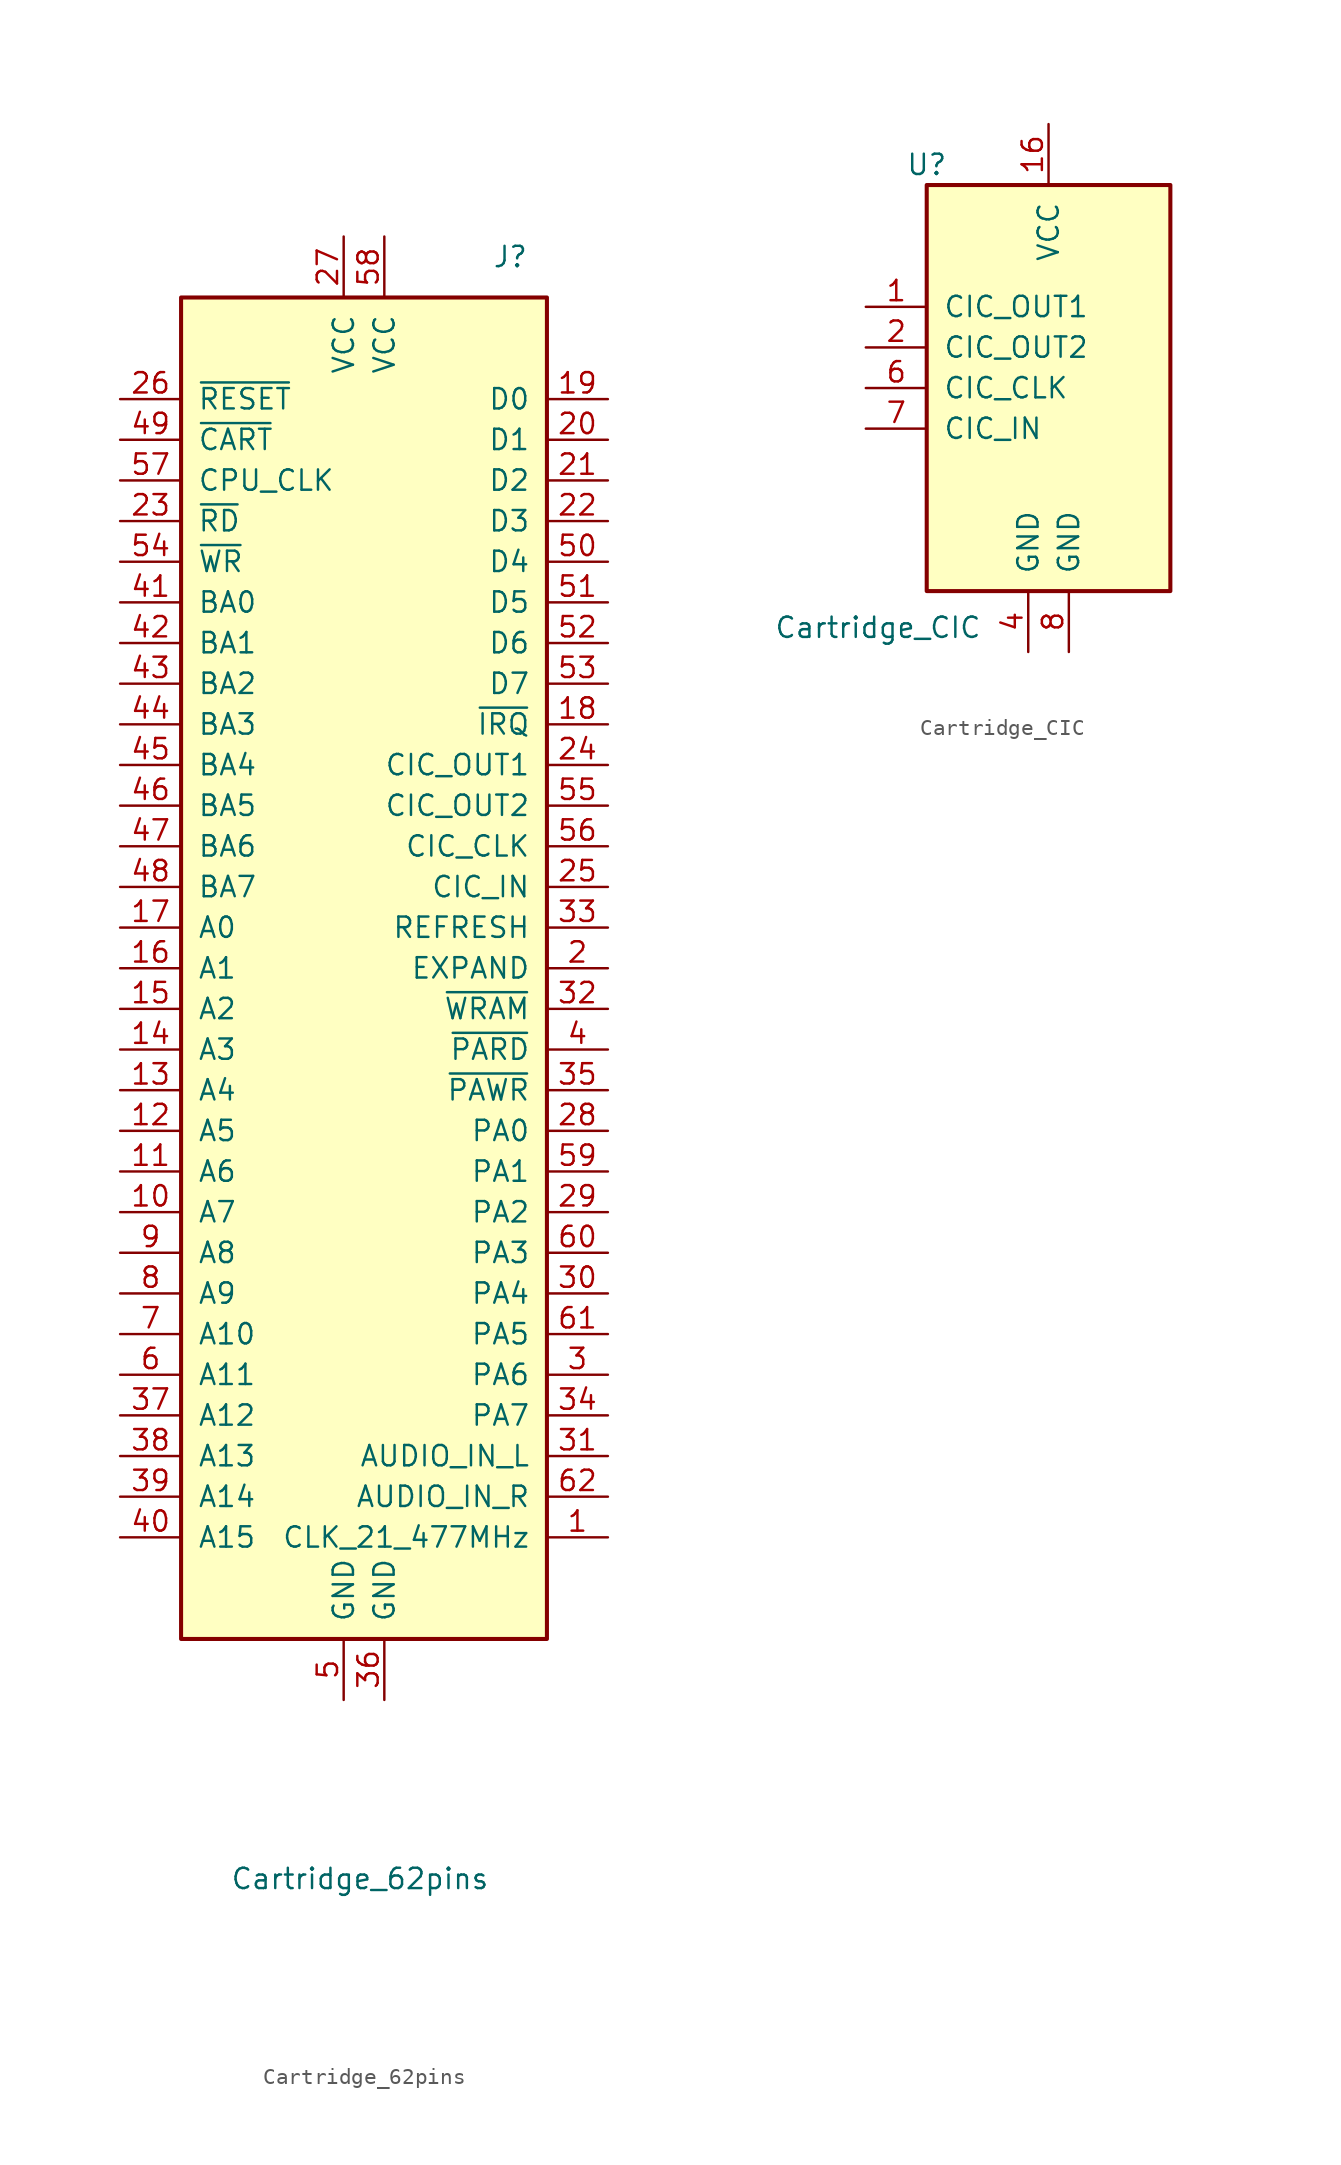
<source format=kicad_sym>
(kicad_symbol_lib
  (version 20231120)
  (generator "kicad_symbol_editor")
  (generator_version "8.0")
  (symbol "Cartridge_62pins"
    (pin_names
      (offset 1.016))
    (property "Reference" "J"
      (at 9.144 44.45 0)
      (effects (font (size 1.27 1.27))))
    (property "Value" "Cartridge_62pins"
      (at -0.254 -56.896 0)
      (effects (font (size 1.27 1.27))))
    (symbol "Cartridge_62pins_1_1"
      (rectangle (start -11.43 41.91) (end 11.43 -41.91) (stroke (width 0.254) (type default)) (fill (type background)))
      (pin passive line (at 15.24 -35.56 180) (length 3.81) (name "CLK_21_477MHz" (effects (font (size 1.27 1.27)))) (number "1" (effects (font (size 1.27 1.27)))))
      (pin passive line (at -15.24 -15.24 0) (length 3.81) (name "A7" (effects (font (size 1.27 1.27)))) (number "10" (effects (font (size 1.27 1.27)))))
      (pin passive line (at -15.24 -12.7 0) (length 3.81) (name "A6" (effects (font (size 1.27 1.27)))) (number "11" (effects (font (size 1.27 1.27)))))
      (pin passive line (at -15.24 -10.16 0) (length 3.81) (name "A5" (effects (font (size 1.27 1.27)))) (number "12" (effects (font (size 1.27 1.27)))))
      (pin passive line (at -15.24 -7.62 0) (length 3.81) (name "A4" (effects (font (size 1.27 1.27)))) (number "13" (effects (font (size 1.27 1.27)))))
      (pin passive line (at -15.24 -5.08 0) (length 3.81) (name "A3" (effects (font (size 1.27 1.27)))) (number "14" (effects (font (size 1.27 1.27)))))
      (pin passive line (at -15.24 -2.54 0) (length 3.81) (name "A2" (effects (font (size 1.27 1.27)))) (number "15" (effects (font (size 1.27 1.27)))))
      (pin passive line (at -15.24 0 0) (length 3.81) (name "A1" (effects (font (size 1.27 1.27)))) (number "16" (effects (font (size 1.27 1.27)))))
      (pin passive line (at -15.24 2.54 0) (length 3.81) (name "A0" (effects (font (size 1.27 1.27)))) (number "17" (effects (font (size 1.27 1.27)))))
      (pin passive line (at 15.24 15.24 180) (length 3.81) (name "~{IRQ}" (effects (font (size 1.27 1.27)))) (number "18" (effects (font (size 1.27 1.27)))))
      (pin passive line (at 15.24 35.56 180) (length 3.81) (name "D0" (effects (font (size 1.27 1.27)))) (number "19" (effects (font (size 1.27 1.27)))))
      (pin passive line (at 15.24 0 180) (length 3.81) (name "EXPAND" (effects (font (size 1.27 1.27)))) (number "2" (effects (font (size 1.27 1.27)))))
      (pin passive line (at 15.24 33.02 180) (length 3.81) (name "D1" (effects (font (size 1.27 1.27)))) (number "20" (effects (font (size 1.27 1.27)))))
      (pin passive line (at 15.24 30.48 180) (length 3.81) (name "D2" (effects (font (size 1.27 1.27)))) (number "21" (effects (font (size 1.27 1.27)))))
      (pin passive line (at 15.24 27.94 180) (length 3.81) (name "D3" (effects (font (size 1.27 1.27)))) (number "22" (effects (font (size 1.27 1.27)))))
      (pin passive line (at -15.24 27.94 0) (length 3.81) (name "~{RD}" (effects (font (size 1.27 1.27)))) (number "23" (effects (font (size 1.27 1.27)))))
      (pin passive line (at 15.24 12.7 180) (length 3.81) (name "CIC_OUT1" (effects (font (size 1.27 1.27)))) (number "24" (effects (font (size 1.27 1.27)))))
      (pin passive line (at 15.24 5.08 180) (length 3.81) (name "CIC_IN" (effects (font (size 1.27 1.27)))) (number "25" (effects (font (size 1.27 1.27)))))
      (pin passive line (at -15.24 35.56 0) (length 3.81) (name "~{RESET}" (effects (font (size 1.27 1.27)))) (number "26" (effects (font (size 1.27 1.27)))))
      (pin power_in line (at -1.27 45.72 270) (length 3.81) (name "VCC" (effects (font (size 1.27 1.27)))) (number "27" (effects (font (size 1.27 1.27)))))
      (pin passive line (at 15.24 -10.16 180) (length 3.81) (name "PA0" (effects (font (size 1.27 1.27)))) (number "28" (effects (font (size 1.27 1.27)))))
      (pin passive line (at 15.24 -15.24 180) (length 3.81) (name "PA2" (effects (font (size 1.27 1.27)))) (number "29" (effects (font (size 1.27 1.27)))))
      (pin passive line (at 15.24 -25.4 180) (length 3.81) (name "PA6" (effects (font (size 1.27 1.27)))) (number "3" (effects (font (size 1.27 1.27)))))
      (pin passive line (at 15.24 -20.32 180) (length 3.81) (name "PA4" (effects (font (size 1.27 1.27)))) (number "30" (effects (font (size 1.27 1.27)))))
      (pin passive line (at 15.24 -30.48 180) (length 3.81) (name "AUDIO_IN_L" (effects (font (size 1.27 1.27)))) (number "31" (effects (font (size 1.27 1.27)))))
      (pin passive line (at 15.24 -2.54 180) (length 3.81) (name "~{WRAM}" (effects (font (size 1.27 1.27)))) (number "32" (effects (font (size 1.27 1.27)))))
      (pin passive line (at 15.24 2.54 180) (length 3.81) (name "REFRESH" (effects (font (size 1.27 1.27)))) (number "33" (effects (font (size 1.27 1.27)))))
      (pin passive line (at 15.24 -27.94 180) (length 3.81) (name "PA7" (effects (font (size 1.27 1.27)))) (number "34" (effects (font (size 1.27 1.27)))))
      (pin passive line (at 15.24 -7.62 180) (length 3.81) (name "~{PAWR}" (effects (font (size 1.27 1.27)))) (number "35" (effects (font (size 1.27 1.27)))))
      (pin power_in line (at 1.27 -45.72 90) (length 3.81) (name "GND" (effects (font (size 1.27 1.27)))) (number "36" (effects (font (size 1.27 1.27)))))
      (pin passive line (at -15.24 -27.94 0) (length 3.81) (name "A12" (effects (font (size 1.27 1.27)))) (number "37" (effects (font (size 1.27 1.27)))))
      (pin passive line (at -15.24 -30.48 0) (length 3.81) (name "A13" (effects (font (size 1.27 1.27)))) (number "38" (effects (font (size 1.27 1.27)))))
      (pin passive line (at -15.24 -33.02 0) (length 3.81) (name "A14" (effects (font (size 1.27 1.27)))) (number "39" (effects (font (size 1.27 1.27)))))
      (pin passive line (at 15.24 -5.08 180) (length 3.81) (name "~{PARD}" (effects (font (size 1.27 1.27)))) (number "4" (effects (font (size 1.27 1.27)))))
      (pin passive line (at -15.24 -35.56 0) (length 3.81) (name "A15" (effects (font (size 1.27 1.27)))) (number "40" (effects (font (size 1.27 1.27)))))
      (pin passive line (at -15.24 22.86 0) (length 3.81) (name "BA0" (effects (font (size 1.27 1.27)))) (number "41" (effects (font (size 1.27 1.27)))))
      (pin passive line (at -15.24 20.32 0) (length 3.81) (name "BA1" (effects (font (size 1.27 1.27)))) (number "42" (effects (font (size 1.27 1.27)))))
      (pin passive line (at -15.24 17.78 0) (length 3.81) (name "BA2" (effects (font (size 1.27 1.27)))) (number "43" (effects (font (size 1.27 1.27)))))
      (pin passive line (at -15.24 15.24 0) (length 3.81) (name "BA3" (effects (font (size 1.27 1.27)))) (number "44" (effects (font (size 1.27 1.27)))))
      (pin passive line (at -15.24 12.7 0) (length 3.81) (name "BA4" (effects (font (size 1.27 1.27)))) (number "45" (effects (font (size 1.27 1.27)))))
      (pin passive line (at -15.24 10.16 0) (length 3.81) (name "BA5" (effects (font (size 1.27 1.27)))) (number "46" (effects (font (size 1.27 1.27)))))
      (pin passive line (at -15.24 7.62 0) (length 3.81) (name "BA6" (effects (font (size 1.27 1.27)))) (number "47" (effects (font (size 1.27 1.27)))))
      (pin passive line (at -15.24 5.08 0) (length 3.81) (name "BA7" (effects (font (size 1.27 1.27)))) (number "48" (effects (font (size 1.27 1.27)))))
      (pin passive line (at -15.24 33.02 0) (length 3.81) (name "~{CART}" (effects (font (size 1.27 1.27)))) (number "49" (effects (font (size 1.27 1.27)))))
      (pin power_in line (at -1.27 -45.72 90) (length 3.81) (name "GND" (effects (font (size 1.27 1.27)))) (number "5" (effects (font (size 1.27 1.27)))))
      (pin passive line (at 15.24 25.4 180) (length 3.81) (name "D4" (effects (font (size 1.27 1.27)))) (number "50" (effects (font (size 1.27 1.27)))))
      (pin passive line (at 15.24 22.86 180) (length 3.81) (name "D5" (effects (font (size 1.27 1.27)))) (number "51" (effects (font (size 1.27 1.27)))))
      (pin passive line (at 15.24 20.32 180) (length 3.81) (name "D6" (effects (font (size 1.27 1.27)))) (number "52" (effects (font (size 1.27 1.27)))))
      (pin passive line (at 15.24 17.78 180) (length 3.81) (name "D7" (effects (font (size 1.27 1.27)))) (number "53" (effects (font (size 1.27 1.27)))))
      (pin passive line (at -15.24 25.4 0) (length 3.81) (name "~{WR}" (effects (font (size 1.27 1.27)))) (number "54" (effects (font (size 1.27 1.27)))))
      (pin passive line (at 15.24 10.16 180) (length 3.81) (name "CIC_OUT2" (effects (font (size 1.27 1.27)))) (number "55" (effects (font (size 1.27 1.27)))))
      (pin passive line (at 15.24 7.62 180) (length 3.81) (name "CIC_CLK" (effects (font (size 1.27 1.27)))) (number "56" (effects (font (size 1.27 1.27)))))
      (pin passive line (at -15.24 30.48 0) (length 3.81) (name "CPU_CLK" (effects (font (size 1.27 1.27)))) (number "57" (effects (font (size 1.27 1.27)))))
      (pin power_in line (at 1.27 45.72 270) (length 3.81) (name "VCC" (effects (font (size 1.27 1.27)))) (number "58" (effects (font (size 1.27 1.27)))))
      (pin passive line (at 15.24 -12.7 180) (length 3.81) (name "PA1" (effects (font (size 1.27 1.27)))) (number "59" (effects (font (size 1.27 1.27)))))
      (pin passive line (at -15.24 -25.4 0) (length 3.81) (name "A11" (effects (font (size 1.27 1.27)))) (number "6" (effects (font (size 1.27 1.27)))))
      (pin passive line (at 15.24 -17.78 180) (length 3.81) (name "PA3" (effects (font (size 1.27 1.27)))) (number "60" (effects (font (size 1.27 1.27)))))
      (pin passive line (at 15.24 -22.86 180) (length 3.81) (name "PA5" (effects (font (size 1.27 1.27)))) (number "61" (effects (font (size 1.27 1.27)))))
      (pin passive line (at 15.24 -33.02 180) (length 3.81) (name "AUDIO_IN_R" (effects (font (size 1.27 1.27)))) (number "62" (effects (font (size 1.27 1.27)))))
      (pin passive line (at -15.24 -22.86 0) (length 3.81) (name "A10" (effects (font (size 1.27 1.27)))) (number "7" (effects (font (size 1.27 1.27)))))
      (pin passive line (at -15.24 -20.32 0) (length 3.81) (name "A9" (effects (font (size 1.27 1.27)))) (number "8" (effects (font (size 1.27 1.27)))))
      (pin passive line (at -15.24 -17.78 0) (length 3.81) (name "A8" (effects (font (size 1.27 1.27)))) (number "9" (effects (font (size 1.27 1.27)))))))
  (symbol "Cartridge_CIC"
    (pin_names
      (offset 1.016))
    (property "Reference" "U"
      (at -7.62 16.51 0)
      (effects (font (size 1.27 1.27))))
    (property "Value" "Cartridge_CIC"
      (at -10.668 -12.446 0)
      (effects (font (size 1.27 1.27))))
    (symbol "Cartridge_CIC_1_0"
      (pin passive line (at -11.43 7.62 0) (length 3.81) (name "CIC_OUT1" (effects (font (size 1.27 1.27)))) (number "1" (effects (font (size 1.27 1.27)))))
      (pin no_connect line (at 11.43 5.08 180) (length 3.81) hide (name "NC" (effects (font (size 1.27 1.27)))) (number "10" (effects (font (size 1.27 1.27)))))
      (pin no_connect line (at 11.43 2.54 180) (length 3.81) hide (name "NC" (effects (font (size 1.27 1.27)))) (number "11" (effects (font (size 1.27 1.27)))))
      (pin no_connect line (at 11.43 0 180) (length 3.81) hide (name "NC" (effects (font (size 1.27 1.27)))) (number "12" (effects (font (size 1.27 1.27)))))
      (pin no_connect line (at 11.43 -2.54 180) (length 3.81) hide (name "NC" (effects (font (size 1.27 1.27)))) (number "13" (effects (font (size 1.27 1.27)))))
      (pin no_connect line (at 11.43 -5.08 180) (length 3.81) hide (name "NC" (effects (font (size 1.27 1.27)))) (number "14" (effects (font (size 1.27 1.27)))))
      (pin no_connect line (at 11.43 -7.62 180) (length 3.81) hide (name "NC" (effects (font (size 1.27 1.27)))) (number "15" (effects (font (size 1.27 1.27)))))
      (pin power_in line (at 0 19.05 270) (length 3.81) (name "VCC" (effects (font (size 1.27 1.27)))) (number "16" (effects (font (size 1.27 1.27)))))
      (pin passive line (at -11.43 5.08 0) (length 3.81) (name "CIC_OUT2" (effects (font (size 1.27 1.27)))) (number "2" (effects (font (size 1.27 1.27)))))
      (pin no_connect line (at 11.43 12.7 180) (length 3.81) hide (name "NC" (effects (font (size 1.27 1.27)))) (number "3" (effects (font (size 1.27 1.27)))))
      (pin power_in line (at -1.27 -13.97 90) (length 3.81) (name "GND" (effects (font (size 1.27 1.27)))) (number "4" (effects (font (size 1.27 1.27)))))
      (pin no_connect line (at 11.43 10.16 180) (length 3.81) hide (name "NC" (effects (font (size 1.27 1.27)))) (number "5" (effects (font (size 1.27 1.27)))))
      (pin passive line (at -11.43 2.54 0) (length 3.81) (name "CIC_CLK" (effects (font (size 1.27 1.27)))) (number "6" (effects (font (size 1.27 1.27)))))
      (pin passive line (at -11.43 0 0) (length 3.81) (name "CIC_IN" (effects (font (size 1.27 1.27)))) (number "7" (effects (font (size 1.27 1.27)))))
      (pin power_in line (at 1.27 -13.97 90) (length 3.81) (name "GND" (effects (font (size 1.27 1.27)))) (number "8" (effects (font (size 1.27 1.27)))))
      (pin no_connect line (at 11.43 7.62 180) (length 3.81) hide (name "NC" (effects (font (size 1.27 1.27)))) (number "9" (effects (font (size 1.27 1.27))))))
    (symbol "Cartridge_CIC_1_1"
      (rectangle (start -7.62 15.24) (end 7.62 -10.16) (stroke (width 0.254) (type default)) (fill (type background))))))
</source>
